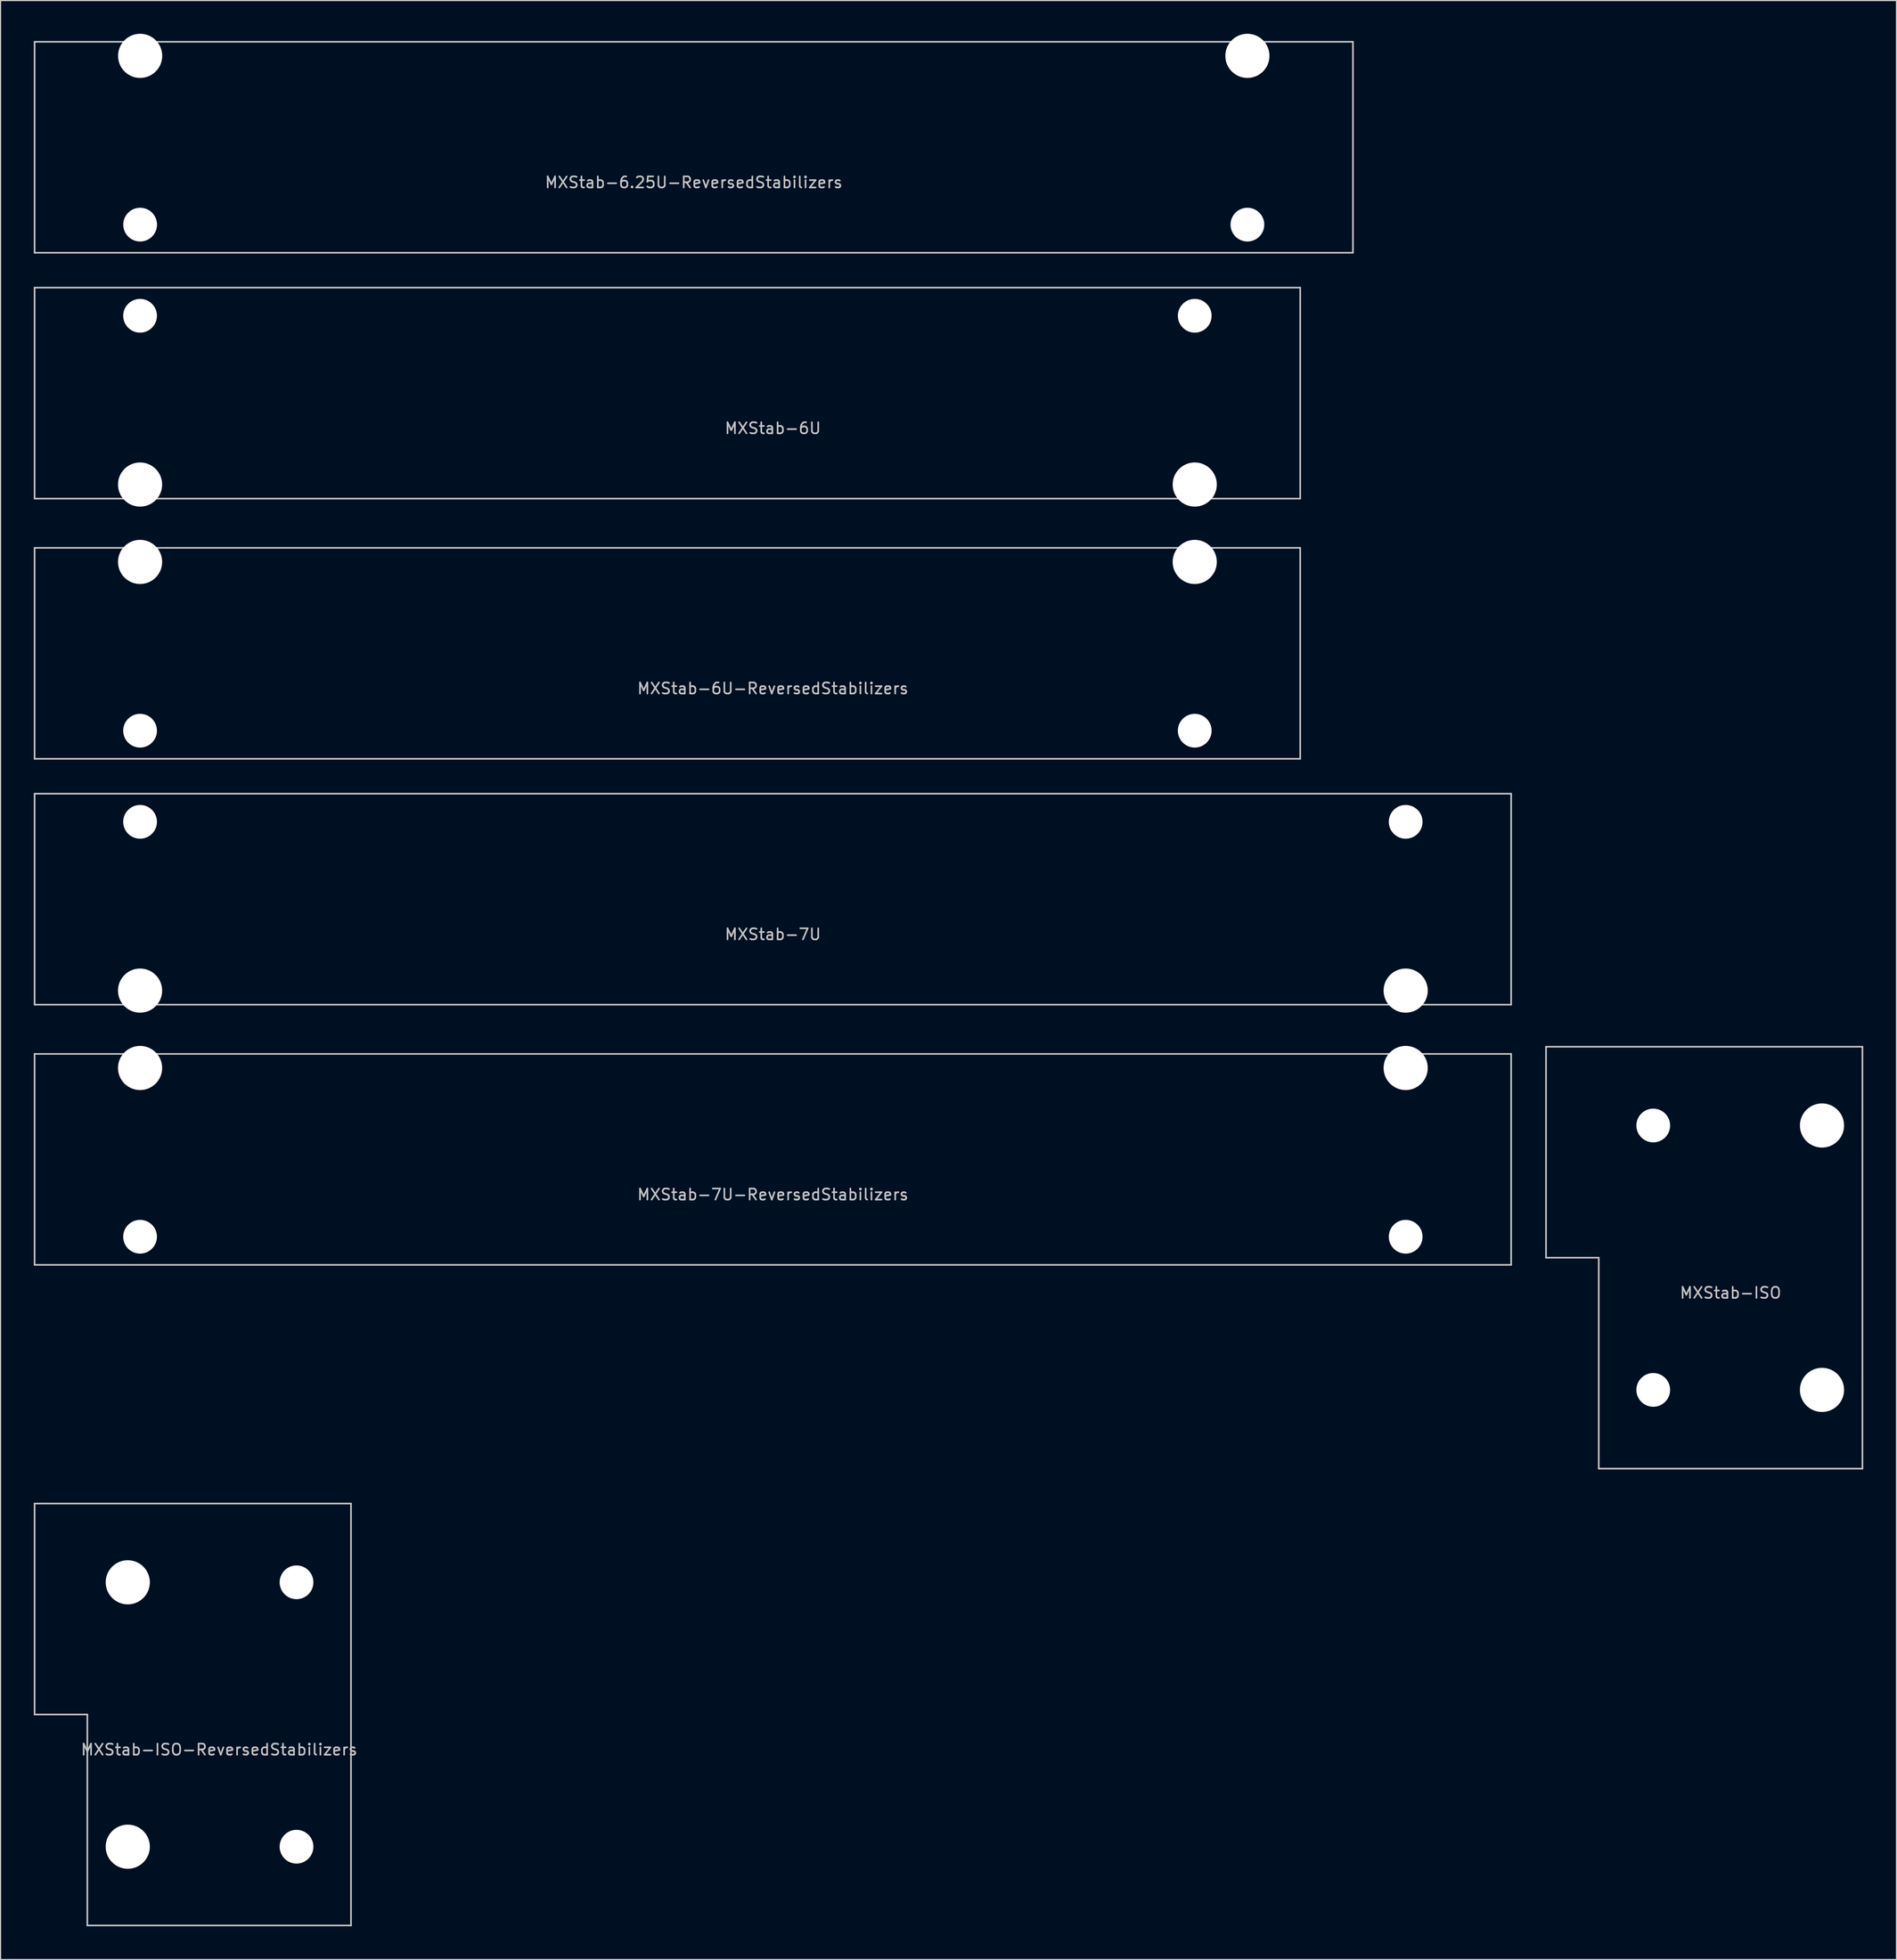
<source format=kicad_pcb>
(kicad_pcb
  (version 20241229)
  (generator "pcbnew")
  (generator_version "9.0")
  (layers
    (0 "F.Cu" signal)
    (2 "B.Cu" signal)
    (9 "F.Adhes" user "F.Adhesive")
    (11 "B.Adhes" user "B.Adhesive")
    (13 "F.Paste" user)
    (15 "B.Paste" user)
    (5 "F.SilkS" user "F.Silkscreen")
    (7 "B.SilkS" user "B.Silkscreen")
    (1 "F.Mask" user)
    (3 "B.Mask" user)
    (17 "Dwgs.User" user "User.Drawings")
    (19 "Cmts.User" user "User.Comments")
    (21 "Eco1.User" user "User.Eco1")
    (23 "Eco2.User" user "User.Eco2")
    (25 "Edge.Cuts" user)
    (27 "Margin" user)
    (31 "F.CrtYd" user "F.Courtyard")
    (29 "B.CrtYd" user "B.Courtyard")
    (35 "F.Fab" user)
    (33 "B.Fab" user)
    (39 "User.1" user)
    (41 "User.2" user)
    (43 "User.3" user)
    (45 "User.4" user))
  (footprint "MXStab-6.25U-ReversedStabilizers"
    (layer "F.Cu")
    (at 59.606 10.249)
    (property "Reference" "MXStab-6.25U-ReversedStabilizers" (at 0 3.175 0) (layer "Dwgs.User") (effects (font (size 1 1) (thickness 0.15))))
    (attr through_hole)
    (fp_line (start -59.531 -9.525) (end 59.531 -9.525) (stroke (width 0.15) (type solid)) (layer "Dwgs.User"))
    (fp_line (start -59.531 9.525) (end -59.531 -9.525) (stroke (width 0.15) (type solid)) (layer "Dwgs.User"))
    (fp_line (start -59.531 9.525) (end 59.531 9.525) (stroke (width 0.15) (type solid)) (layer "Dwgs.User"))
    (fp_line (start 59.531 -9.525) (end 59.531 9.525) (stroke (width 0.15) (type solid)) (layer "Dwgs.User"))
    (pad "" np_thru_hole circle (at -50 -8.255) (size 3.988 3.988) (drill 3.988) (layers "*.Cu" "*.Mask"))
    (pad "" np_thru_hole circle (at -50 6.985) (size 3.048 3.048) (drill 3.048) (layers "*.Cu" "*.Mask"))
    (pad "" np_thru_hole circle (at 50 -8.255) (size 3.988 3.988) (drill 3.988) (layers "*.Cu" "*.Mask"))
    (pad "" np_thru_hole circle (at 50 6.985) (size 3.048 3.048) (drill 3.048) (layers "*.Cu" "*.Mask")))
  (footprint "MXStab-7U-ReversedStabilizers"
    (layer "F.Cu")
    (at 66.75 101.644)
    (property "Reference" "MXStab-7U-ReversedStabilizers" (at 0 3.175 0) (layer "Dwgs.User") (effects (font (size 1 1) (thickness 0.15))))
    (attr through_hole)
    (fp_line (start -66.675 -9.525) (end 66.675 -9.525) (stroke (width 0.15) (type solid)) (layer "Dwgs.User"))
    (fp_line (start -66.675 9.525) (end -66.675 -9.525) (stroke (width 0.15) (type solid)) (layer "Dwgs.User"))
    (fp_line (start -66.675 9.525) (end 66.675 9.525) (stroke (width 0.15) (type solid)) (layer "Dwgs.User"))
    (fp_line (start 66.675 -9.525) (end 66.675 9.525) (stroke (width 0.15) (type solid)) (layer "Dwgs.User"))
    (pad "" np_thru_hole circle (at -57.15 -8.255) (size 3.988 3.988) (drill 3.988) (layers "*.Cu" "*.Mask"))
    (pad "" np_thru_hole circle (at -57.15 6.985) (size 3.048 3.048) (drill 3.048) (layers "*.Cu" "*.Mask"))
    (pad "" np_thru_hole circle (at 57.15 -8.255) (size 3.988 3.988) (drill 3.988) (layers "*.Cu" "*.Mask"))
    (pad "" np_thru_hole circle (at 57.15 6.985) (size 3.048 3.048) (drill 3.048) (layers "*.Cu" "*.Mask")))
  (footprint "MXStab-6U-ReversedStabilizers"
    (layer "F.Cu")
    (at 57.225 55.947)
    (property "Reference" "MXStab-6U-ReversedStabilizers" (at 9.525 3.175 0) (layer "Dwgs.User") (effects (font (size 1 1) (thickness 0.15))))
    (attr through_hole)
    (fp_line (start -57.15 -9.525) (end 57.15 -9.525) (stroke (width 0.15) (type solid)) (layer "Dwgs.User"))
    (fp_line (start -57.15 9.525) (end -57.15 -9.525) (stroke (width 0.15) (type solid)) (layer "Dwgs.User"))
    (fp_line (start -57.15 9.525) (end 57.15 9.525) (stroke (width 0.15) (type solid)) (layer "Dwgs.User"))
    (fp_line (start 57.15 -9.525) (end 57.15 9.525) (stroke (width 0.15) (type solid)) (layer "Dwgs.User"))
    (pad "" np_thru_hole circle (at -47.625 -8.255) (size 3.988 3.988) (drill 3.988) (layers "*.Cu" "*.Mask"))
    (pad "" np_thru_hole circle (at -47.625 6.985) (size 3.048 3.048) (drill 3.048) (layers "*.Cu" "*.Mask"))
    (pad "" np_thru_hole circle (at 47.625 -8.255) (size 3.988 3.988) (drill 3.988) (layers "*.Cu" "*.Mask"))
    (pad "" np_thru_hole circle (at 47.625 6.985) (size 3.048 3.048) (drill 3.048) (layers "*.Cu" "*.Mask")))
  (footprint "MXStab-6U"
    (layer "F.Cu")
    (at 57.225 32.449)
    (property "Reference" "MXStab-6U" (at 9.525 3.175 0) (layer "Dwgs.User") (effects (font (size 1 1) (thickness 0.15))))
    (attr through_hole)
    (fp_line (start -57.15 -9.525) (end 57.15 -9.525) (stroke (width 0.15) (type solid)) (layer "Dwgs.User"))
    (fp_line (start -57.15 9.525) (end -57.15 -9.525) (stroke (width 0.15) (type solid)) (layer "Dwgs.User"))
    (fp_line (start -57.15 9.525) (end 57.15 9.525) (stroke (width 0.15) (type solid)) (layer "Dwgs.User"))
    (fp_line (start 57.15 -9.525) (end 57.15 9.525) (stroke (width 0.15) (type solid)) (layer "Dwgs.User"))
    (pad "" np_thru_hole circle (at -47.625 -6.985) (size 3.048 3.048) (drill 3.048) (layers "*.Cu" "*.Mask"))
    (pad "" np_thru_hole circle (at -47.625 8.255) (size 3.988 3.988) (drill 3.988) (layers "*.Cu" "*.Mask"))
    (pad "" np_thru_hole circle (at 47.625 -6.985) (size 3.048 3.048) (drill 3.048) (layers "*.Cu" "*.Mask"))
    (pad "" np_thru_hole circle (at 47.625 8.255) (size 3.988 3.988) (drill 3.988) (layers "*.Cu" "*.Mask")))
  (footprint "MXStab-ISO-ReversedStabilizers"
    (layer "F.Cu")
    (at 16.744 151.771)
    (property "Reference" "MXStab-ISO-ReversedStabilizers" (at 0 3.175 0) (layer "Dwgs.User") (effects (font (size 1 1) (thickness 0.15))))
    (attr through_hole)
    (fp_line (start -16.669 -19.05) (end -16.669 0) (stroke (width 0.15) (type solid)) (layer "Dwgs.User"))
    (fp_line (start -16.669 -19.05) (end 11.906 -19.05) (stroke (width 0.15) (type solid)) (layer "Dwgs.User"))
    (fp_line (start -11.906 0) (end -16.669 0) (stroke (width 0.15) (type solid)) (layer "Dwgs.User"))
    (fp_line (start -11.906 19.05) (end -11.906 0) (stroke (width 0.15) (type solid)) (layer "Dwgs.User"))
    (fp_line (start -11.906 19.05) (end 11.906 19.05) (stroke (width 0.15) (type solid)) (layer "Dwgs.User"))
    (fp_line (start 11.906 -19.05) (end 11.906 19.05) (stroke (width 0.15) (type solid)) (layer "Dwgs.User"))
    (pad "" np_thru_hole circle (at -8.255 -11.938) (size 3.988 3.988) (drill 3.988) (layers "*.Cu" "*.Mask"))
    (pad "" np_thru_hole circle (at -8.255 11.938) (size 3.988 3.988) (drill 3.988) (layers "*.Cu" "*.Mask"))
    (pad "" np_thru_hole circle (at 6.985 -11.938) (size 3.048 3.048) (drill 3.048) (layers "*.Cu" "*.Mask"))
    (pad "" np_thru_hole circle (at 6.985 11.938) (size 3.048 3.048) (drill 3.048) (layers "*.Cu" "*.Mask")))
  (footprint "MXStab-ISO"
    (layer "F.Cu")
    (at 153.244 110.521)
    (property "Reference" "MXStab-ISO" (at 0 3.175 0) (layer "Dwgs.User") (effects (font (size 1 1) (thickness 0.15))))
    (attr through_hole)
    (fp_line (start -16.669 -19.05) (end -16.669 0) (stroke (width 0.15) (type solid)) (layer "Dwgs.User"))
    (fp_line (start -16.669 -19.05) (end 11.906 -19.05) (stroke (width 0.15) (type solid)) (layer "Dwgs.User"))
    (fp_line (start -11.906 0) (end -16.669 0) (stroke (width 0.15) (type solid)) (layer "Dwgs.User"))
    (fp_line (start -11.906 19.05) (end -11.906 0) (stroke (width 0.15) (type solid)) (layer "Dwgs.User"))
    (fp_line (start -11.906 19.05) (end 11.906 19.05) (stroke (width 0.15) (type solid)) (layer "Dwgs.User"))
    (fp_line (start 11.906 -19.05) (end 11.906 19.05) (stroke (width 0.15) (type solid)) (layer "Dwgs.User"))
    (pad "" np_thru_hole circle (at -6.985 -11.938) (size 3.048 3.048) (drill 3.048) (layers "*.Cu" "*.Mask"))
    (pad "" np_thru_hole circle (at -6.985 11.938) (size 3.048 3.048) (drill 3.048) (layers "*.Cu" "*.Mask"))
    (pad "" np_thru_hole circle (at 8.255 -11.938) (size 3.988 3.988) (drill 3.988) (layers "*.Cu" "*.Mask"))
    (pad "" np_thru_hole circle (at 8.255 11.938) (size 3.988 3.988) (drill 3.988) (layers "*.Cu" "*.Mask")))
  (footprint "MXStab-7U"
    (layer "F.Cu")
    (at 66.75 78.147)
    (property "Reference" "MXStab-7U" (at 0 3.175 0) (layer "Dwgs.User") (effects (font (size 1 1) (thickness 0.15))))
    (attr through_hole)
    (fp_line (start -66.675 -9.525) (end 66.675 -9.525) (stroke (width 0.15) (type solid)) (layer "Dwgs.User"))
    (fp_line (start -66.675 9.525) (end -66.675 -9.525) (stroke (width 0.15) (type solid)) (layer "Dwgs.User"))
    (fp_line (start -66.675 9.525) (end 66.675 9.525) (stroke (width 0.15) (type solid)) (layer "Dwgs.User"))
    (fp_line (start 66.675 -9.525) (end 66.675 9.525) (stroke (width 0.15) (type solid)) (layer "Dwgs.User"))
    (pad "" np_thru_hole circle (at -57.15 -6.985) (size 3.048 3.048) (drill 3.048) (layers "*.Cu" "*.Mask"))
    (pad "" np_thru_hole circle (at -57.15 8.255) (size 3.988 3.988) (drill 3.988) (layers "*.Cu" "*.Mask"))
    (pad "" np_thru_hole circle (at 57.15 -6.985) (size 3.048 3.048) (drill 3.048) (layers "*.Cu" "*.Mask"))
    (pad "" np_thru_hole circle (at 57.15 8.255) (size 3.988 3.988) (drill 3.988) (layers "*.Cu" "*.Mask")))
  (gr_rect
    (start -3 -3)
    (end 168.225 173.896)
    (stroke (width 0.1) (type default))
    (fill no)
    (layer "Edge.Cuts")))
</source>
